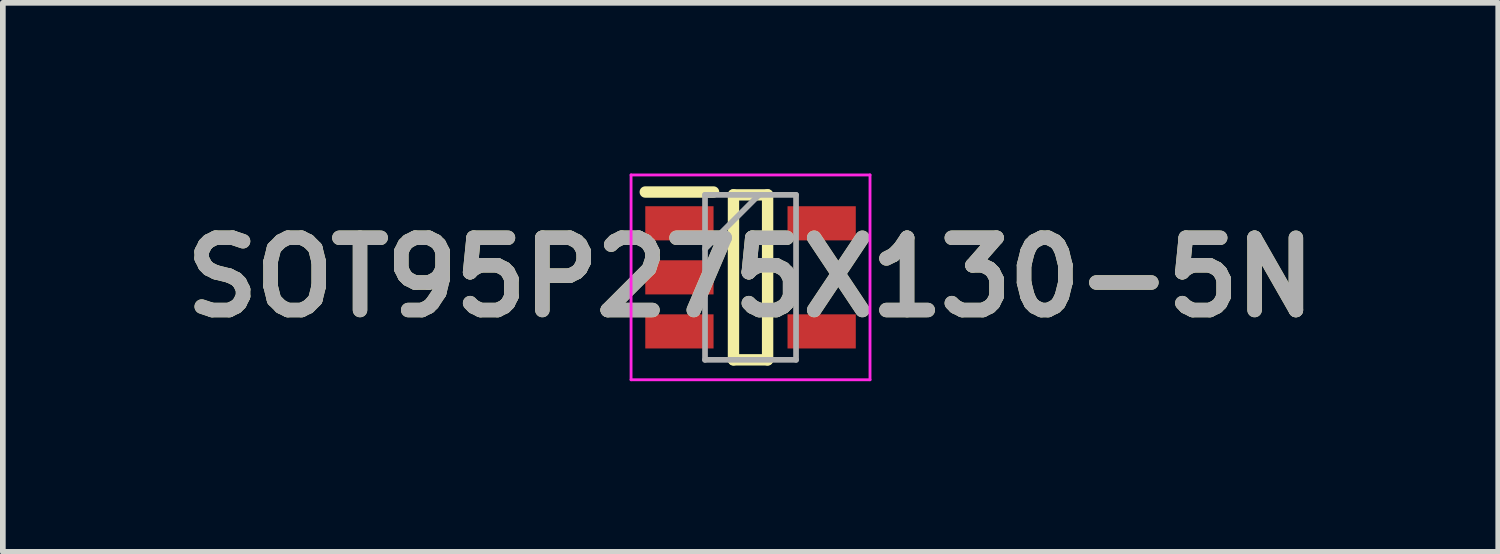
<source format=kicad_pcb>
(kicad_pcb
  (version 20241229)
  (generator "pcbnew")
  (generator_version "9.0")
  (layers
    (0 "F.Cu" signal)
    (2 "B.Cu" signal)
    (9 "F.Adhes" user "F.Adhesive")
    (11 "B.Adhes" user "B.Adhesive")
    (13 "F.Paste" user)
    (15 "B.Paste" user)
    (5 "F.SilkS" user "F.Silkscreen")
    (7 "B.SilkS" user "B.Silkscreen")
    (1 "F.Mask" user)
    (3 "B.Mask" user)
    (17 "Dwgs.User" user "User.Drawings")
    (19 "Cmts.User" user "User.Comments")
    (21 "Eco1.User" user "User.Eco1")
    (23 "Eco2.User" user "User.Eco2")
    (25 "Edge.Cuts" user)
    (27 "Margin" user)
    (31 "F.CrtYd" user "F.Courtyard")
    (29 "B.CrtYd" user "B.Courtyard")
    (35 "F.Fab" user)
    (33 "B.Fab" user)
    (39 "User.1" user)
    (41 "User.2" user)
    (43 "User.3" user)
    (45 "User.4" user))
  (footprint "SOT95P275X130-5N"
    (layer "F.Cu")
    (at 10.142 1.825)
    (property "Reference" "SOT95P275X130-5N" (at 0 0 0) (layer "F.SilkS") (effects (font (size 1.27 1.27) (thickness 0.254))))
    (attr smd)
    (fp_line (start -1.85 -1.5) (end -0.65 -1.5) (stroke (width 0.2) (type solid)) (layer "F.SilkS"))
    (fp_line (start -0.3 -1.45) (end 0.3 -1.45) (stroke (width 0.2) (type solid)) (layer "F.SilkS"))
    (fp_line (start -0.3 1.45) (end -0.3 -1.45) (stroke (width 0.2) (type solid)) (layer "F.SilkS"))
    (fp_line (start 0.3 -1.45) (end 0.3 1.45) (stroke (width 0.2) (type solid)) (layer "F.SilkS"))
    (fp_line (start 0.3 1.45) (end -0.3 1.45) (stroke (width 0.2) (type solid)) (layer "F.SilkS"))
    (fp_line (start -2.1 -1.8) (end 2.1 -1.8) (stroke (width 0.05) (type solid)) (layer "F.CrtYd"))
    (fp_line (start -2.1 1.8) (end -2.1 -1.8) (stroke (width 0.05) (type solid)) (layer "F.CrtYd"))
    (fp_line (start 2.1 -1.8) (end 2.1 1.8) (stroke (width 0.05) (type solid)) (layer "F.CrtYd"))
    (fp_line (start 2.1 1.8) (end -2.1 1.8) (stroke (width 0.05) (type solid)) (layer "F.CrtYd"))
    (fp_line (start -0.8 -1.45) (end 0.8 -1.45) (stroke (width 0.1) (type solid)) (layer "F.Fab"))
    (fp_line (start -0.8 -0.5) (end 0.15 -1.45) (stroke (width 0.1) (type solid)) (layer "F.Fab"))
    (fp_line (start -0.8 1.45) (end -0.8 -1.45) (stroke (width 0.1) (type solid)) (layer "F.Fab"))
    (fp_line (start 0.8 -1.45) (end 0.8 1.45) (stroke (width 0.1) (type solid)) (layer "F.Fab"))
    (fp_line (start 0.8 1.45) (end -0.8 1.45) (stroke (width 0.1) (type solid)) (layer "F.Fab"))
    (fp_text user "${REFERENCE}" (at 0 0 0) (layer "F.Fab") (effects (font (size 1.27 1.27) (thickness 0.254))))
    (pad "1" smd rect (at -1.25 -0.95 90) (size 0.6 1.2) (layers "F.Cu" "F.Mask" "F.Paste"))
    (pad "2" smd rect (at -1.25 0 90) (size 0.6 1.2) (layers "F.Cu" "F.Mask" "F.Paste"))
    (pad "3" smd rect (at -1.25 0.95 90) (size 0.6 1.2) (layers "F.Cu" "F.Mask" "F.Paste"))
    (pad "4" smd rect (at 1.25 0.95 90) (size 0.6 1.2) (layers "F.Cu" "F.Mask" "F.Paste"))
    (pad "5" smd rect (at 1.25 -0.95 90) (size 0.6 1.2) (layers "F.Cu" "F.Mask" "F.Paste")))
  (gr_rect
    (start -3 -3)
    (end 23.284 6.65)
    (stroke (width 0.1) (type default))
    (fill no)
    (layer "Edge.Cuts")))
</source>
